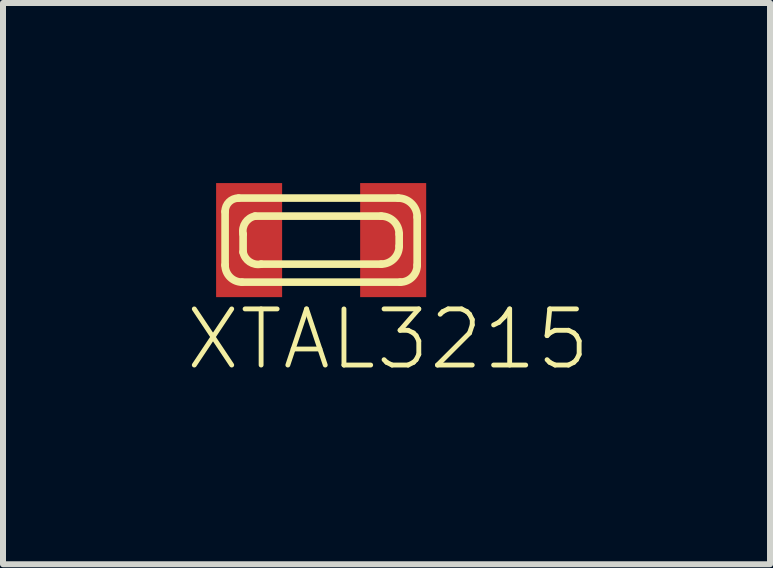
<source format=kicad_pcb>
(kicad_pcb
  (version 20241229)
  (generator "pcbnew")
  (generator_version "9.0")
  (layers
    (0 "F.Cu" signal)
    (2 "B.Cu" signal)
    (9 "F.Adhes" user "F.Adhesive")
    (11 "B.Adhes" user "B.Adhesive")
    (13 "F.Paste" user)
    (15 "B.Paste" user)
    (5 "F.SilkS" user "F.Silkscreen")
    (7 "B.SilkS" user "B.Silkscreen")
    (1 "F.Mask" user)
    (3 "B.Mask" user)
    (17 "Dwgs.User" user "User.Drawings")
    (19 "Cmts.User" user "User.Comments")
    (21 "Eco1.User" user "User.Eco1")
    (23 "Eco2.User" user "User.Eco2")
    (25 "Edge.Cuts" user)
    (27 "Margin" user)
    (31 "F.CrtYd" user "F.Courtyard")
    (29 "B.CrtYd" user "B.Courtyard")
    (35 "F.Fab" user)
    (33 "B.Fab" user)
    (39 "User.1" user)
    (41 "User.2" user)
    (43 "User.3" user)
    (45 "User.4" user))
  (footprint "XTAL3215"
    (layer "F.Cu")
    (at 2.3 0.95)
    (property "Reference" "XTAL3215" (at -2.3 2.2 0) (unlocked yes) (layer "F.SilkS") (effects (font (size 0.935 0.935) (thickness 0.081)) (justify left bottom)))
    (fp_line (start -1.6 0.417) (end -1.6 -0.476) (stroke (width 0.127) (type solid)) (layer "F.SilkS"))
    (fp_line (start -1.376 -0.7) (end 1.284 -0.7) (stroke (width 0.127) (type solid)) (layer "F.SilkS"))
    (fp_line (start -1.3 0.2) (end -1.3 -0.1) (stroke (width 0.127) (type solid)) (layer "F.SilkS"))
    (fp_line (start -1.1 -0.4) (end 1 -0.4) (stroke (width 0.127) (type solid)) (layer "F.SilkS"))
    (fp_line (start 1 0.4) (end -1 0.4) (stroke (width 0.127) (type solid)) (layer "F.SilkS"))
    (fp_line (start 1.3 -0.1) (end 1.3 0.1) (stroke (width 0.127) (type solid)) (layer "F.SilkS"))
    (fp_line (start 1.317 0.7) (end -1.317 0.7) (stroke (width 0.127) (type solid)) (layer "F.SilkS"))
    (fp_line (start 1.6 -0.384) (end 1.6 0.417) (stroke (width 0.127) (type solid)) (layer "F.SilkS"))
    (fp_arc (start -1.6 -0.4764) (mid -1.534509 -0.634509) (end -1.3764 -0.7) (stroke (width 0.127) (type solid)) (layer "F.SilkS"))
    (fp_arc (start -1.3172 0.7) (mid -1.51717 0.61717) (end -1.6 0.4172) (stroke (width 0.127) (type solid)) (layer "F.SilkS"))
    (fp_arc (start -1.3 -0.1) (mid -1.262161 -0.291441) (end -1.099999 -0.399999) (stroke (width 0.127) (type solid)) (layer "F.SilkS"))
    (fp_arc (start -1 0.4) (mid -1.191422 0.362132) (end -1.300001 0.199999) (stroke (width 0.127) (type solid)) (layer "F.SilkS"))
    (fp_arc (start 1 -0.4) (mid 1.212103 -0.312103) (end 1.3 -0.1) (stroke (width 0.127) (type solid)) (layer "F.SilkS"))
    (fp_arc (start 1.2838 -0.7) (mid 1.507387 -0.607387) (end 1.6 -0.3838) (stroke (width 0.127) (type solid)) (layer "F.SilkS"))
    (fp_arc (start 1.3 0.1) (mid 1.212131 0.312132) (end 0.999999 0.399999) (stroke (width 0.127) (type solid)) (layer "F.SilkS"))
    (fp_arc (start 1.6 0.4172) (mid 1.51717 0.61717) (end 1.3172 0.7) (stroke (width 0.127) (type solid)) (layer "F.SilkS"))
    (pad "P$1" smd rect (at 1.2 0) (size 1.1 1.9) (layers "F.Cu" "F.Mask" "F.Paste"))
    (pad "P$2" smd rect (at -1.2 0 180) (size 1.1 1.9) (layers "F.Cu" "F.Mask" "F.Paste")))
  (gr_rect
    (start -3 -3)
    (end 9.778 6.35)
    (stroke (width 0.1) (type default))
    (fill no)
    (layer "Edge.Cuts")))
</source>
